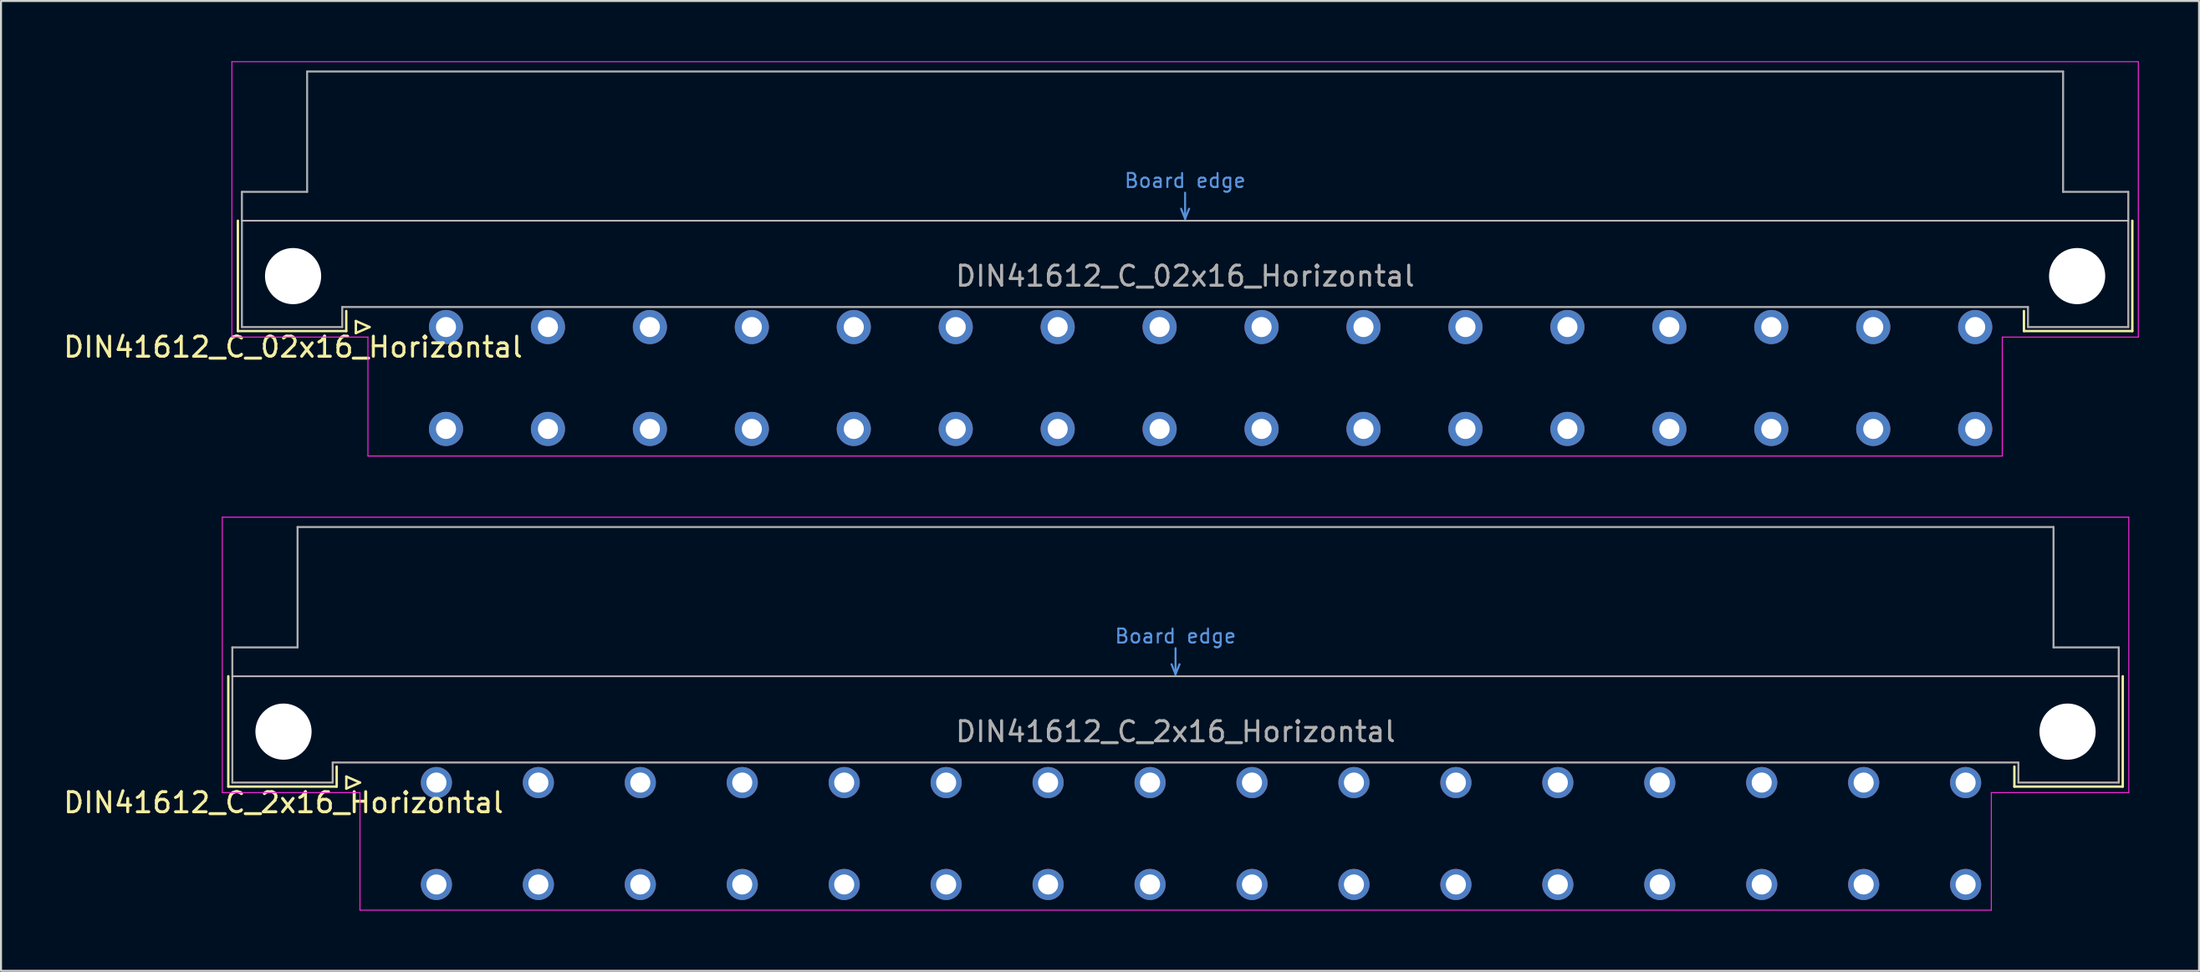
<source format=kicad_pcb>
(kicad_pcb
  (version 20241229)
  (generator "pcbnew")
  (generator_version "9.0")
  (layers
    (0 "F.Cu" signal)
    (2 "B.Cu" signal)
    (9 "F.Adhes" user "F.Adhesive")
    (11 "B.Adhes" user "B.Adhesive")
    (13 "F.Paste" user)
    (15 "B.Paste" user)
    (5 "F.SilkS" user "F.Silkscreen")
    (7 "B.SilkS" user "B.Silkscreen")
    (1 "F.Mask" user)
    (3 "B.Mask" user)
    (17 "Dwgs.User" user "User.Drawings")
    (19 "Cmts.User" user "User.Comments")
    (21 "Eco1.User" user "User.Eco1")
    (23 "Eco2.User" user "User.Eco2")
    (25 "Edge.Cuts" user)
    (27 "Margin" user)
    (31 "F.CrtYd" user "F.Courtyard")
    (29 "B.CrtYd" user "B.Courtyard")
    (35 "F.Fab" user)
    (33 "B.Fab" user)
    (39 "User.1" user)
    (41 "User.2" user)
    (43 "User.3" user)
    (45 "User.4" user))
  (footprint "DIN41612_C_02x16_Horizontal"
    (layer "F.Cu")
    (at 16.634 13.255)
    (property "Reference" "DIN41612_C_02x16_Horizontal" (at -5.08 1 0) (layer "F.SilkS") (effects (font (size 1 1) (thickness 0.15))))
    (attr through_hole)
    (fp_line (start -7.83 -5.3) (end -7.83 0.2) (stroke (width 0.12) (type solid)) (layer "F.SilkS"))
    (fp_line (start -7.83 0.2) (end -2.43 0.2) (stroke (width 0.12) (type solid)) (layer "F.SilkS"))
    (fp_line (start -2.43 0.2) (end -2.43 -0.8) (stroke (width 0.12) (type solid)) (layer "F.SilkS"))
    (fp_line (start -1.95 -0.3) (end -1.95 0.3) (stroke (width 0.12) (type solid)) (layer "F.SilkS"))
    (fp_line (start -1.95 0.3) (end -1.27 0) (stroke (width 0.12) (type solid)) (layer "F.SilkS"))
    (fp_line (start -1.27 0) (end -1.95 -0.3) (stroke (width 0.12) (type solid)) (layer "F.SilkS"))
    (fp_line (start 81.17 0.2) (end 81.17 -0.8) (stroke (width 0.12) (type solid)) (layer "F.SilkS"))
    (fp_line (start 86.57 -5.3) (end 86.57 0.2) (stroke (width 0.12) (type solid)) (layer "F.SilkS"))
    (fp_line (start 86.57 0.2) (end 81.17 0.2) (stroke (width 0.12) (type solid)) (layer "F.SilkS"))
    (fp_line (start -7.63 -5.3) (end 86.37 -5.3) (stroke (width 0.08) (type solid)) (layer "Dwgs.User"))
    (fp_line (start 39.17 -5.9) (end 39.37 -5.4) (stroke (width 0.1) (type solid)) (layer "Cmts.User"))
    (fp_line (start 39.37 -5.4) (end 39.37 -6.7) (stroke (width 0.1) (type solid)) (layer "Cmts.User"))
    (fp_line (start 39.37 -5.4) (end 39.57 -5.9) (stroke (width 0.1) (type solid)) (layer "Cmts.User"))
    (fp_line (start -8.13 -13.23) (end -8.13 0.5) (stroke (width 0.05) (type solid)) (layer "F.CrtYd"))
    (fp_line (start -8.13 0.5) (end -1.35 0.5) (stroke (width 0.05) (type solid)) (layer "F.CrtYd"))
    (fp_line (start -1.35 0.5) (end -1.35 6.43) (stroke (width 0.05) (type solid)) (layer "F.CrtYd"))
    (fp_line (start -1.35 6.43) (end 80.09 6.43) (stroke (width 0.05) (type solid)) (layer "F.CrtYd"))
    (fp_line (start 80.09 0.5) (end 86.87 0.5) (stroke (width 0.05) (type solid)) (layer "F.CrtYd"))
    (fp_line (start 80.09 6.43) (end 80.09 0.5) (stroke (width 0.05) (type solid)) (layer "F.CrtYd"))
    (fp_line (start 86.87 -13.23) (end -8.13 -13.23) (stroke (width 0.05) (type solid)) (layer "F.CrtYd"))
    (fp_line (start 86.87 0.5) (end 86.87 -13.23) (stroke (width 0.05) (type solid)) (layer "F.CrtYd"))
    (fp_line (start -7.63 -6.74) (end -7.63 0) (stroke (width 0.1) (type solid)) (layer "F.Fab"))
    (fp_line (start -7.63 0) (end -2.63 0) (stroke (width 0.1) (type solid)) (layer "F.Fab"))
    (fp_line (start -4.38 -12.74) (end -4.38 -6.74) (stroke (width 0.1) (type solid)) (layer "F.Fab"))
    (fp_line (start -4.38 -6.74) (end -7.63 -6.74) (stroke (width 0.1) (type solid)) (layer "F.Fab"))
    (fp_line (start -2.63 -1) (end 81.37 -1) (stroke (width 0.1) (type solid)) (layer "F.Fab"))
    (fp_line (start -2.63 0) (end -2.63 -1) (stroke (width 0.1) (type solid)) (layer "F.Fab"))
    (fp_line (start 81.37 -1) (end 81.37 0) (stroke (width 0.1) (type solid)) (layer "F.Fab"))
    (fp_line (start 81.37 0) (end 86.37 0) (stroke (width 0.1) (type solid)) (layer "F.Fab"))
    (fp_line (start 83.12 -12.74) (end -4.38 -12.74) (stroke (width 0.1) (type solid)) (layer "F.Fab"))
    (fp_line (start 83.12 -6.74) (end 83.12 -12.74) (stroke (width 0.1) (type solid)) (layer "F.Fab"))
    (fp_line (start 86.37 -6.74) (end 83.12 -6.74) (stroke (width 0.1) (type solid)) (layer "F.Fab"))
    (fp_line (start 86.37 0) (end 86.37 -6.74) (stroke (width 0.1) (type solid)) (layer "F.Fab"))
    (fp_text user "Board edge" (at 39.37 -7.3 0) (layer "Cmts.User") (effects (font (size 0.7 0.7) (thickness 0.1))))
    (fp_text user "${REFERENCE}" (at 39.37 -2.54 0) (layer "F.Fab") (effects (font (size 1 1) (thickness 0.15))))
    (pad "" np_thru_hole circle (at -5.08 -2.54) (size 2.8 2.8) (drill 2.8) (layers "*.Cu" "*.Mask"))
    (pad "" np_thru_hole circle (at 83.82 -2.54) (size 2.8 2.8) (drill 2.8) (layers "*.Cu" "*.Mask"))
    (pad "a2" thru_hole circle (at 2.54 0) (size 1.7 1.7) (drill 1) (layers "*.Cu" "*.Mask"))
    (pad "a4" thru_hole circle (at 7.62 0) (size 1.7 1.7) (drill 1) (layers "*.Cu" "*.Mask"))
    (pad "a6" thru_hole circle (at 12.7 0) (size 1.7 1.7) (drill 1) (layers "*.Cu" "*.Mask"))
    (pad "a8" thru_hole circle (at 17.78 0) (size 1.7 1.7) (drill 1) (layers "*.Cu" "*.Mask"))
    (pad "a10" thru_hole circle (at 22.86 0) (size 1.7 1.7) (drill 1) (layers "*.Cu" "*.Mask"))
    (pad "a12" thru_hole circle (at 27.94 0) (size 1.7 1.7) (drill 1) (layers "*.Cu" "*.Mask"))
    (pad "a14" thru_hole circle (at 33.02 0) (size 1.7 1.7) (drill 1) (layers "*.Cu" "*.Mask"))
    (pad "a16" thru_hole circle (at 38.1 0) (size 1.7 1.7) (drill 1) (layers "*.Cu" "*.Mask"))
    (pad "a18" thru_hole circle (at 43.18 0) (size 1.7 1.7) (drill 1) (layers "*.Cu" "*.Mask"))
    (pad "a20" thru_hole circle (at 48.26 0) (size 1.7 1.7) (drill 1) (layers "*.Cu" "*.Mask"))
    (pad "a22" thru_hole circle (at 53.34 0) (size 1.7 1.7) (drill 1) (layers "*.Cu" "*.Mask"))
    (pad "a24" thru_hole circle (at 58.42 0) (size 1.7 1.7) (drill 1) (layers "*.Cu" "*.Mask"))
    (pad "a26" thru_hole circle (at 63.5 0) (size 1.7 1.7) (drill 1) (layers "*.Cu" "*.Mask"))
    (pad "a28" thru_hole circle (at 68.58 0) (size 1.7 1.7) (drill 1) (layers "*.Cu" "*.Mask"))
    (pad "a30" thru_hole circle (at 73.66 0) (size 1.7 1.7) (drill 1) (layers "*.Cu" "*.Mask"))
    (pad "a32" thru_hole circle (at 78.74 0) (size 1.7 1.7) (drill 1) (layers "*.Cu" "*.Mask"))
    (pad "c2" thru_hole circle (at 2.54 5.08) (size 1.7 1.7) (drill 1) (layers "*.Cu" "*.Mask"))
    (pad "c4" thru_hole circle (at 7.62 5.08) (size 1.7 1.7) (drill 1) (layers "*.Cu" "*.Mask"))
    (pad "c6" thru_hole circle (at 12.7 5.08) (size 1.7 1.7) (drill 1) (layers "*.Cu" "*.Mask"))
    (pad "c8" thru_hole circle (at 17.78 5.08) (size 1.7 1.7) (drill 1) (layers "*.Cu" "*.Mask"))
    (pad "c10" thru_hole circle (at 22.86 5.08) (size 1.7 1.7) (drill 1) (layers "*.Cu" "*.Mask"))
    (pad "c12" thru_hole circle (at 27.94 5.08) (size 1.7 1.7) (drill 1) (layers "*.Cu" "*.Mask"))
    (pad "c14" thru_hole circle (at 33.02 5.08) (size 1.7 1.7) (drill 1) (layers "*.Cu" "*.Mask"))
    (pad "c16" thru_hole circle (at 38.1 5.08) (size 1.7 1.7) (drill 1) (layers "*.Cu" "*.Mask"))
    (pad "c18" thru_hole circle (at 43.18 5.08) (size 1.7 1.7) (drill 1) (layers "*.Cu" "*.Mask"))
    (pad "c20" thru_hole circle (at 48.26 5.08) (size 1.7 1.7) (drill 1) (layers "*.Cu" "*.Mask"))
    (pad "c22" thru_hole circle (at 53.34 5.08) (size 1.7 1.7) (drill 1) (layers "*.Cu" "*.Mask"))
    (pad "c24" thru_hole circle (at 58.42 5.08) (size 1.7 1.7) (drill 1) (layers "*.Cu" "*.Mask"))
    (pad "c26" thru_hole circle (at 63.5 5.08) (size 1.7 1.7) (drill 1) (layers "*.Cu" "*.Mask"))
    (pad "c28" thru_hole circle (at 68.58 5.08) (size 1.7 1.7) (drill 1) (layers "*.Cu" "*.Mask"))
    (pad "c30" thru_hole circle (at 73.66 5.08) (size 1.7 1.7) (drill 1) (layers "*.Cu" "*.Mask"))
    (pad "c32" thru_hole circle (at 78.74 5.08) (size 1.7 1.7) (drill 1) (layers "*.Cu" "*.Mask")))
  (footprint "DIN41612_C_2x16_Horizontal"
    (layer "F.Cu")
    (at 16.157 35.965)
    (property "Reference" "DIN41612_C_2x16_Horizontal" (at -5.08 1 0) (layer "F.SilkS") (effects (font (size 1 1) (thickness 0.15))))
    (attr through_hole)
    (fp_line (start -7.83 -5.3) (end -7.83 0.2) (stroke (width 0.12) (type solid)) (layer "F.SilkS"))
    (fp_line (start -7.83 0.2) (end -2.43 0.2) (stroke (width 0.12) (type solid)) (layer "F.SilkS"))
    (fp_line (start -2.43 0.2) (end -2.43 -0.8) (stroke (width 0.12) (type solid)) (layer "F.SilkS"))
    (fp_line (start -1.95 -0.3) (end -1.95 0.3) (stroke (width 0.12) (type solid)) (layer "F.SilkS"))
    (fp_line (start -1.95 0.3) (end -1.27 0) (stroke (width 0.12) (type solid)) (layer "F.SilkS"))
    (fp_line (start -1.27 0) (end -1.95 -0.3) (stroke (width 0.12) (type solid)) (layer "F.SilkS"))
    (fp_line (start 81.17 0.2) (end 81.17 -0.8) (stroke (width 0.12) (type solid)) (layer "F.SilkS"))
    (fp_line (start 86.57 -5.3) (end 86.57 0.2) (stroke (width 0.12) (type solid)) (layer "F.SilkS"))
    (fp_line (start 86.57 0.2) (end 81.17 0.2) (stroke (width 0.12) (type solid)) (layer "F.SilkS"))
    (fp_line (start -7.63 -5.3) (end 86.37 -5.3) (stroke (width 0.08) (type solid)) (layer "Dwgs.User"))
    (fp_line (start 39.17 -5.9) (end 39.37 -5.4) (stroke (width 0.1) (type solid)) (layer "Cmts.User"))
    (fp_line (start 39.37 -5.4) (end 39.37 -6.7) (stroke (width 0.1) (type solid)) (layer "Cmts.User"))
    (fp_line (start 39.37 -5.4) (end 39.57 -5.9) (stroke (width 0.1) (type solid)) (layer "Cmts.User"))
    (fp_line (start -8.13 -13.23) (end -8.13 0.5) (stroke (width 0.05) (type solid)) (layer "F.CrtYd"))
    (fp_line (start -8.13 0.5) (end -1.27 0.5) (stroke (width 0.05) (type solid)) (layer "F.CrtYd"))
    (fp_line (start -1.27 0.5) (end -1.27 6.36) (stroke (width 0.05) (type solid)) (layer "F.CrtYd"))
    (fp_line (start -1.27 6.36) (end 80.02 6.36) (stroke (width 0.05) (type solid)) (layer "F.CrtYd"))
    (fp_line (start 80.02 0.5) (end 86.87 0.5) (stroke (width 0.05) (type solid)) (layer "F.CrtYd"))
    (fp_line (start 80.02 6.36) (end 80.02 0.5) (stroke (width 0.05) (type solid)) (layer "F.CrtYd"))
    (fp_line (start 86.87 -13.23) (end -8.13 -13.23) (stroke (width 0.05) (type solid)) (layer "F.CrtYd"))
    (fp_line (start 86.87 0.5) (end 86.87 -13.23) (stroke (width 0.05) (type solid)) (layer "F.CrtYd"))
    (fp_line (start -7.63 -6.74) (end -7.63 0) (stroke (width 0.1) (type solid)) (layer "F.Fab"))
    (fp_line (start -7.63 0) (end -2.63 0) (stroke (width 0.1) (type solid)) (layer "F.Fab"))
    (fp_line (start -4.38 -12.74) (end -4.38 -6.74) (stroke (width 0.1) (type solid)) (layer "F.Fab"))
    (fp_line (start -4.38 -6.74) (end -7.63 -6.74) (stroke (width 0.1) (type solid)) (layer "F.Fab"))
    (fp_line (start -2.63 -1) (end 81.37 -1) (stroke (width 0.1) (type solid)) (layer "F.Fab"))
    (fp_line (start -2.63 0) (end -2.63 -1) (stroke (width 0.1) (type solid)) (layer "F.Fab"))
    (fp_line (start 81.37 -1) (end 81.37 0) (stroke (width 0.1) (type solid)) (layer "F.Fab"))
    (fp_line (start 81.37 0) (end 86.37 0) (stroke (width 0.1) (type solid)) (layer "F.Fab"))
    (fp_line (start 83.12 -12.74) (end -4.38 -12.74) (stroke (width 0.1) (type solid)) (layer "F.Fab"))
    (fp_line (start 83.12 -6.74) (end 83.12 -12.74) (stroke (width 0.1) (type solid)) (layer "F.Fab"))
    (fp_line (start 86.37 -6.74) (end 83.12 -6.74) (stroke (width 0.1) (type solid)) (layer "F.Fab"))
    (fp_line (start 86.37 0) (end 86.37 -6.74) (stroke (width 0.1) (type solid)) (layer "F.Fab"))
    (fp_text user "Board edge" (at 39.37 -7.3 0) (layer "Cmts.User") (effects (font (size 0.7 0.7) (thickness 0.1))))
    (fp_text user "${REFERENCE}" (at 39.37 -2.54 0) (layer "F.Fab") (effects (font (size 1 1) (thickness 0.15))))
    (pad "" np_thru_hole circle (at -5.08 -2.54) (size 2.8 2.8) (drill 2.8) (layers "*.Cu" "*.Mask"))
    (pad "" np_thru_hole circle (at 83.82 -2.54) (size 2.8 2.8) (drill 2.8) (layers "*.Cu" "*.Mask"))
    (pad "a2" thru_hole circle (at 2.54 0) (size 1.55 1.55) (drill 1) (layers "*.Cu" "*.Mask"))
    (pad "a4" thru_hole circle (at 7.62 0) (size 1.55 1.55) (drill 1) (layers "*.Cu" "*.Mask"))
    (pad "a6" thru_hole circle (at 12.7 0) (size 1.55 1.55) (drill 1) (layers "*.Cu" "*.Mask"))
    (pad "a8" thru_hole circle (at 17.78 0) (size 1.55 1.55) (drill 1) (layers "*.Cu" "*.Mask"))
    (pad "a10" thru_hole circle (at 22.86 0) (size 1.55 1.55) (drill 1) (layers "*.Cu" "*.Mask"))
    (pad "a12" thru_hole circle (at 27.94 0) (size 1.55 1.55) (drill 1) (layers "*.Cu" "*.Mask"))
    (pad "a14" thru_hole circle (at 33.02 0) (size 1.55 1.55) (drill 1) (layers "*.Cu" "*.Mask"))
    (pad "a16" thru_hole circle (at 38.1 0) (size 1.55 1.55) (drill 1) (layers "*.Cu" "*.Mask"))
    (pad "a18" thru_hole circle (at 43.18 0) (size 1.55 1.55) (drill 1) (layers "*.Cu" "*.Mask"))
    (pad "a20" thru_hole circle (at 48.26 0) (size 1.55 1.55) (drill 1) (layers "*.Cu" "*.Mask"))
    (pad "a22" thru_hole circle (at 53.34 0) (size 1.55 1.55) (drill 1) (layers "*.Cu" "*.Mask"))
    (pad "a24" thru_hole circle (at 58.42 0) (size 1.55 1.55) (drill 1) (layers "*.Cu" "*.Mask"))
    (pad "a26" thru_hole circle (at 63.5 0) (size 1.55 1.55) (drill 1) (layers "*.Cu" "*.Mask"))
    (pad "a28" thru_hole circle (at 68.58 0) (size 1.55 1.55) (drill 1) (layers "*.Cu" "*.Mask"))
    (pad "a30" thru_hole circle (at 73.66 0) (size 1.55 1.55) (drill 1) (layers "*.Cu" "*.Mask"))
    (pad "a32" thru_hole circle (at 78.74 0) (size 1.55 1.55) (drill 1) (layers "*.Cu" "*.Mask"))
    (pad "c2" thru_hole circle (at 2.54 5.08) (size 1.55 1.55) (drill 1) (layers "*.Cu" "*.Mask"))
    (pad "c4" thru_hole circle (at 7.62 5.08) (size 1.55 1.55) (drill 1) (layers "*.Cu" "*.Mask"))
    (pad "c6" thru_hole circle (at 12.7 5.08) (size 1.55 1.55) (drill 1) (layers "*.Cu" "*.Mask"))
    (pad "c8" thru_hole circle (at 17.78 5.08) (size 1.55 1.55) (drill 1) (layers "*.Cu" "*.Mask"))
    (pad "c10" thru_hole circle (at 22.86 5.08) (size 1.55 1.55) (drill 1) (layers "*.Cu" "*.Mask"))
    (pad "c12" thru_hole circle (at 27.94 5.08) (size 1.55 1.55) (drill 1) (layers "*.Cu" "*.Mask"))
    (pad "c14" thru_hole circle (at 33.02 5.08) (size 1.55 1.55) (drill 1) (layers "*.Cu" "*.Mask"))
    (pad "c16" thru_hole circle (at 38.1 5.08) (size 1.55 1.55) (drill 1) (layers "*.Cu" "*.Mask"))
    (pad "c18" thru_hole circle (at 43.18 5.08) (size 1.55 1.55) (drill 1) (layers "*.Cu" "*.Mask"))
    (pad "c20" thru_hole circle (at 48.26 5.08) (size 1.55 1.55) (drill 1) (layers "*.Cu" "*.Mask"))
    (pad "c22" thru_hole circle (at 53.34 5.08) (size 1.55 1.55) (drill 1) (layers "*.Cu" "*.Mask"))
    (pad "c24" thru_hole circle (at 58.42 5.08) (size 1.55 1.55) (drill 1) (layers "*.Cu" "*.Mask"))
    (pad "c26" thru_hole circle (at 63.5 5.08) (size 1.55 1.55) (drill 1) (layers "*.Cu" "*.Mask"))
    (pad "c28" thru_hole circle (at 68.58 5.08) (size 1.55 1.55) (drill 1) (layers "*.Cu" "*.Mask"))
    (pad "c30" thru_hole circle (at 73.66 5.08) (size 1.55 1.55) (drill 1) (layers "*.Cu" "*.Mask"))
    (pad "c32" thru_hole circle (at 78.74 5.08) (size 1.55 1.55) (drill 1) (layers "*.Cu" "*.Mask")))
  (gr_rect
    (start -3 -3)
    (end 106.529 45.35)
    (stroke (width 0.1) (type default))
    (fill no)
    (layer "Edge.Cuts")))
</source>
